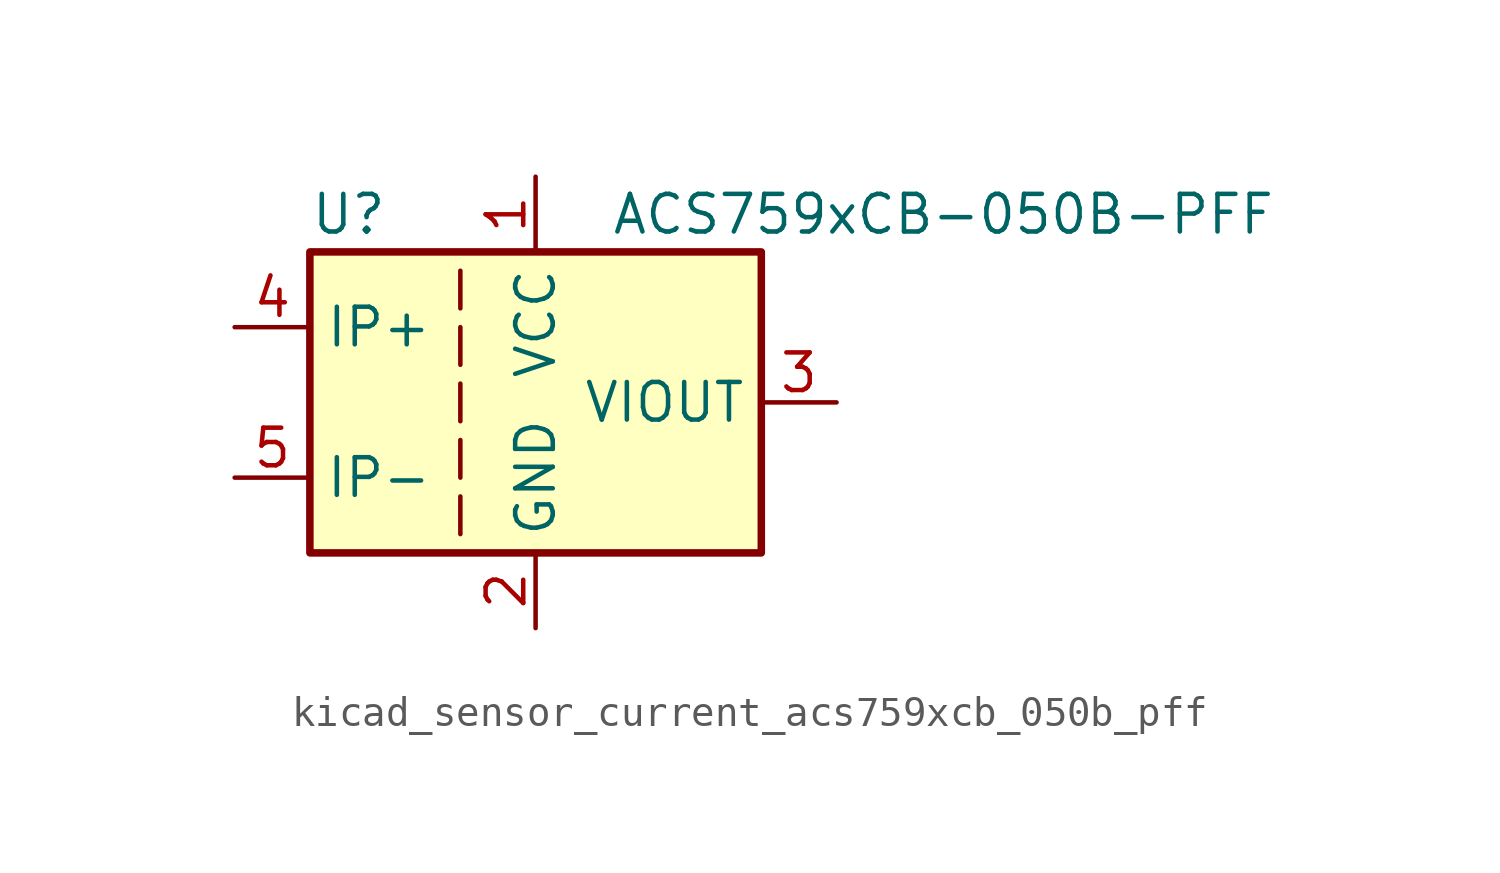
<source format=kicad_sym>
(kicad_symbol_lib
  (version 20220914)
  (generator kicad_symbol_editor)
  (symbol "kicad_sensor_current_acs759xcb_050b_pff"
    (property "Reference" "U"
      (at -7.62 6.35 0)
      (effects (font (size 1.27 1.27)) (justify left)))
    (property "Value" "ACS759xCB-050B-PFF"
      (at 2.54 6.35 0)
      (effects (font (size 1.27 1.27)) (justify left)))
    (symbol "kicad_sensor_current_acs759xcb_050b_pff_0_1"
      (rectangle (start -7.62 5.08) (end 7.62 -5.08) (stroke (width 0.254) (type default)) (fill (type background)))
      (polyline (pts (xy -2.54 -3.175) (xy -2.54 -4.445)) (stroke (width 0) (type default)) (fill (type none)))
      (polyline (pts (xy -2.54 -1.27) (xy -2.54 -2.54)) (stroke (width 0) (type default)) (fill (type none)))
      (polyline (pts (xy -2.54 0.635) (xy -2.54 -0.635)) (stroke (width 0) (type default)) (fill (type none)))
      (polyline (pts (xy -2.54 1.27) (xy -2.54 2.54)) (stroke (width 0) (type default)) (fill (type none)))
      (polyline (pts (xy -2.54 3.175) (xy -2.54 4.445)) (stroke (width 0) (type default)) (fill (type none))))
    (symbol "kicad_sensor_current_acs759xcb_050b_pff_1_1"
      (pin power_in line (at 0 7.62 270) (length 2.54) (name "VCC" (effects (font (size 1.27 1.27)))) (number "1" (effects (font (size 1.27 1.27)))))
      (pin power_in line (at 0 -7.62 90) (length 2.54) (name "GND" (effects (font (size 1.27 1.27)))) (number "2" (effects (font (size 1.27 1.27)))))
      (pin output line (at 10.16 0 180) (length 2.54) (name "VIOUT" (effects (font (size 1.27 1.27)))) (number "3" (effects (font (size 1.27 1.27)))))
      (pin passive line (at -10.16 2.54 0) (length 2.54) (name "IP+" (effects (font (size 1.27 1.27)))) (number "4" (effects (font (size 1.27 1.27)))))
      (pin passive line (at -10.16 -2.54 0) (length 2.54) (name "IP-" (effects (font (size 1.27 1.27)))) (number "5" (effects (font (size 1.27 1.27))))))))
</source>
